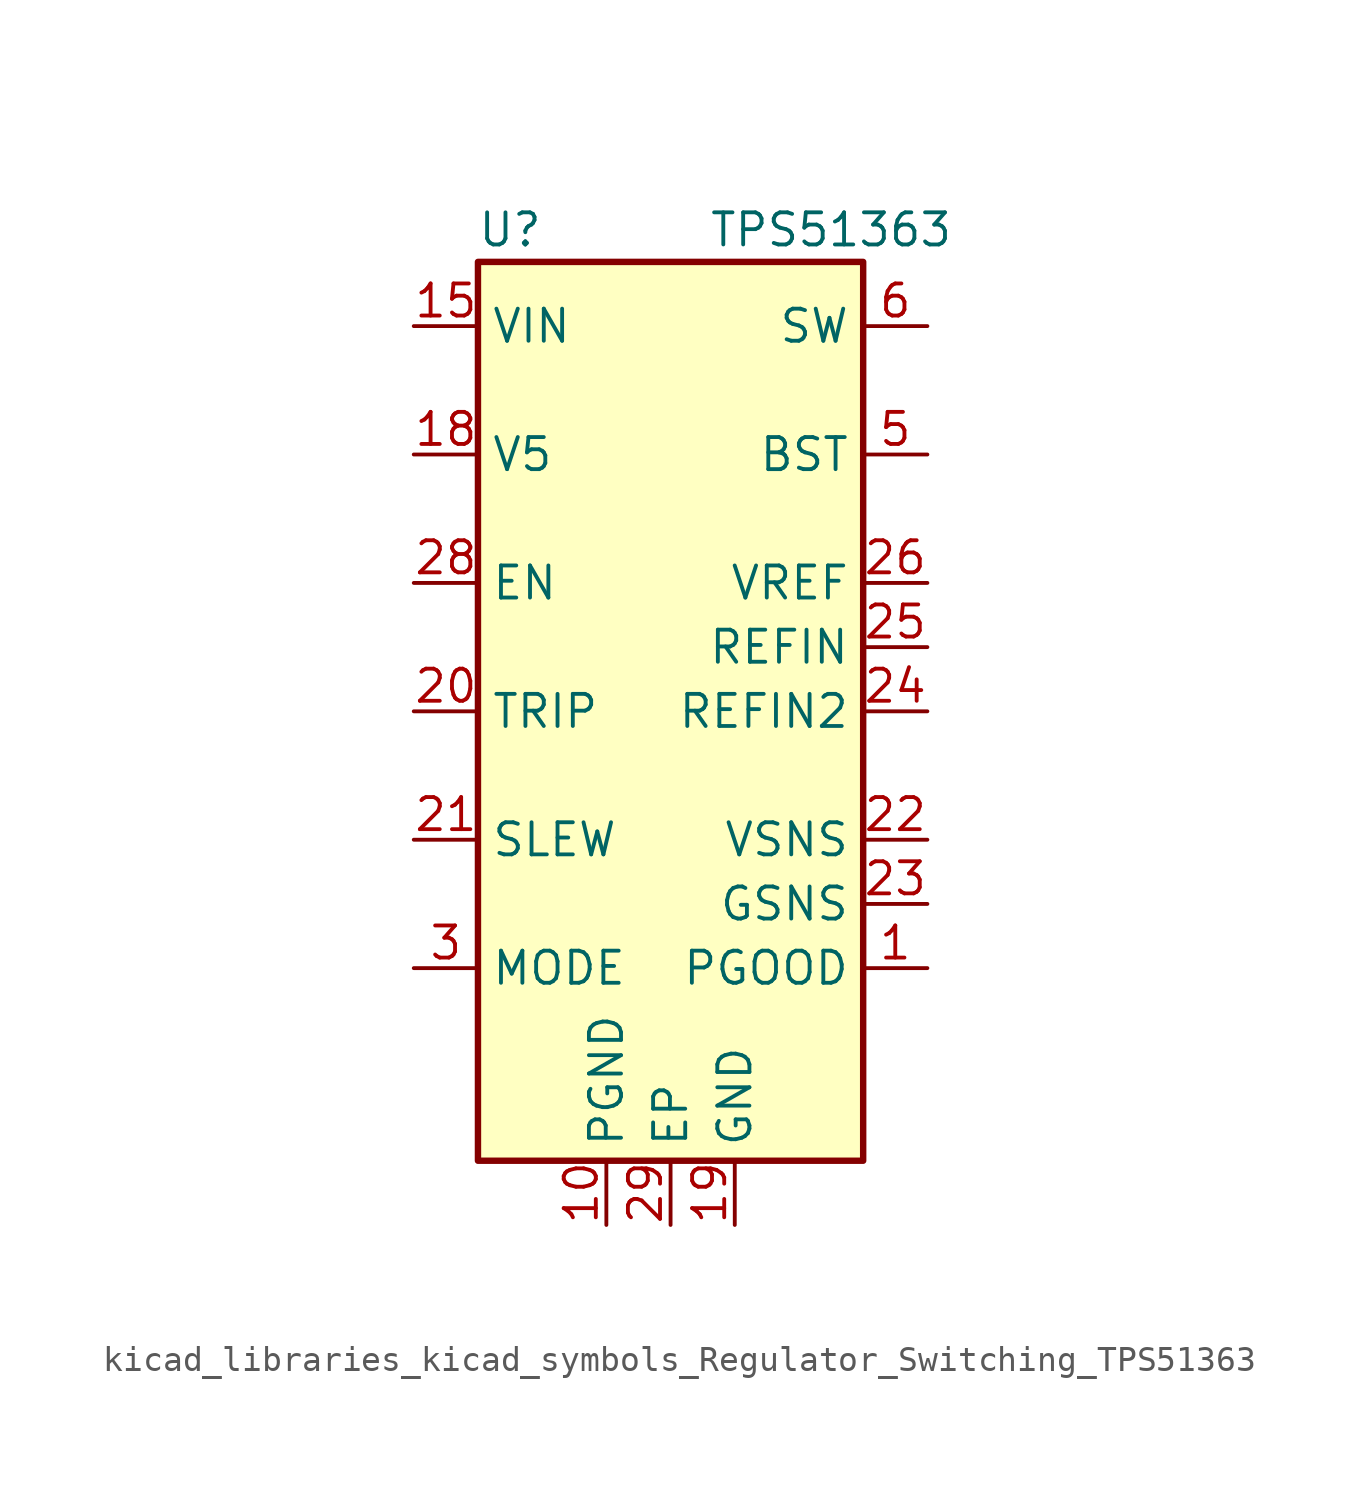
<source format=kicad_sym>
(kicad_symbol_lib
  (version 20220914)
  (generator kicad_symbol_editor)
  (symbol "kicad_libraries_kicad_symbols_Regulator_Switching_TPS51363"
    (property "Reference" "U"
      (at -6.35 19.05 0)
      (effects (font (size 1.27 1.27))))
    (property "Value" "TPS51363"
      (at 6.35 19.05 0)
      (effects (font (size 1.27 1.27))))
    (symbol "kicad_libraries_kicad_symbols_Regulator_Switching_TPS51363_0_1"
      (rectangle (start -7.62 -17.78) (end 7.62 17.78) (stroke (width 0.254) (type default)) (fill (type background)))
      (pin open_collector line (at 10.16 -10.16 180) (length 2.54) (name "PGOOD" (effects (font (size 1.27 1.27)))) (number "1" (effects (font (size 1.27 1.27)))))
      (pin power_in line (at -2.54 -20.32 90) (length 2.54) (name "PGND" (effects (font (size 1.27 1.27)))) (number "10" (effects (font (size 1.27 1.27)))))
      (pin passive line (at -2.54 -20.32 90) (length 2.54) hide (name "PGND" (effects (font (size 1.27 1.27)))) (number "11" (effects (font (size 1.27 1.27)))))
      (pin passive line (at -2.54 -20.32 90) (length 2.54) hide (name "PGND" (effects (font (size 1.27 1.27)))) (number "12" (effects (font (size 1.27 1.27)))))
      (pin passive line (at -2.54 -20.32 90) (length 2.54) hide (name "PGND" (effects (font (size 1.27 1.27)))) (number "13" (effects (font (size 1.27 1.27)))))
      (pin passive line (at -2.54 -20.32 90) (length 2.54) hide (name "PGND" (effects (font (size 1.27 1.27)))) (number "14" (effects (font (size 1.27 1.27)))))
      (pin power_in line (at -10.16 15.24 0) (length 2.54) (name "VIN" (effects (font (size 1.27 1.27)))) (number "15" (effects (font (size 1.27 1.27)))))
      (pin passive line (at -10.16 15.24 0) (length 2.54) hide (name "VIN" (effects (font (size 1.27 1.27)))) (number "16" (effects (font (size 1.27 1.27)))))
      (pin passive line (at -10.16 15.24 0) (length 2.54) hide (name "VIN" (effects (font (size 1.27 1.27)))) (number "17" (effects (font (size 1.27 1.27)))))
      (pin power_in line (at -10.16 10.16 0) (length 2.54) (name "V5" (effects (font (size 1.27 1.27)))) (number "18" (effects (font (size 1.27 1.27)))))
      (pin power_in line (at 2.54 -20.32 90) (length 2.54) (name "GND" (effects (font (size 1.27 1.27)))) (number "19" (effects (font (size 1.27 1.27)))))
      (pin no_connect line (at -7.62 7.62 0) (length 2.54) hide (name "NU" (effects (font (size 1.27 1.27)))) (number "2" (effects (font (size 1.27 1.27)))))
      (pin input line (at -10.16 0 0) (length 2.54) (name "TRIP" (effects (font (size 1.27 1.27)))) (number "20" (effects (font (size 1.27 1.27)))))
      (pin output line (at -10.16 -5.08 0) (length 2.54) (name "SLEW" (effects (font (size 1.27 1.27)))) (number "21" (effects (font (size 1.27 1.27)))))
      (pin input line (at 10.16 -5.08 180) (length 2.54) (name "VSNS" (effects (font (size 1.27 1.27)))) (number "22" (effects (font (size 1.27 1.27)))))
      (pin output line (at 10.16 -7.62 180) (length 2.54) (name "GSNS" (effects (font (size 1.27 1.27)))) (number "23" (effects (font (size 1.27 1.27)))))
      (pin input line (at 10.16 0 180) (length 2.54) (name "REFIN2" (effects (font (size 1.27 1.27)))) (number "24" (effects (font (size 1.27 1.27)))))
      (pin input line (at 10.16 2.54 180) (length 2.54) (name "REFIN" (effects (font (size 1.27 1.27)))) (number "25" (effects (font (size 1.27 1.27)))))
      (pin output line (at 10.16 5.08 180) (length 2.54) (name "VREF" (effects (font (size 1.27 1.27)))) (number "26" (effects (font (size 1.27 1.27)))))
      (pin no_connect line (at -7.62 2.54 0) (length 2.54) hide (name "NU" (effects (font (size 1.27 1.27)))) (number "27" (effects (font (size 1.27 1.27)))))
      (pin input line (at -10.16 5.08 0) (length 2.54) (name "EN" (effects (font (size 1.27 1.27)))) (number "28" (effects (font (size 1.27 1.27)))))
      (pin power_in line (at 0 -20.32 90) (length 2.54) (name "EP" (effects (font (size 1.27 1.27)))) (number "29" (effects (font (size 1.27 1.27)))))
      (pin input line (at -10.16 -10.16 0) (length 2.54) (name "MODE" (effects (font (size 1.27 1.27)))) (number "3" (effects (font (size 1.27 1.27)))))
      (pin no_connect line (at -7.62 -2.54 0) (length 2.54) hide (name "NC" (effects (font (size 1.27 1.27)))) (number "4" (effects (font (size 1.27 1.27)))))
      (pin input line (at 10.16 10.16 180) (length 2.54) (name "BST" (effects (font (size 1.27 1.27)))) (number "5" (effects (font (size 1.27 1.27)))))
      (pin power_out line (at 10.16 15.24 180) (length 2.54) (name "SW" (effects (font (size 1.27 1.27)))) (number "6" (effects (font (size 1.27 1.27)))))
      (pin passive line (at 10.16 15.24 180) (length 2.54) hide (name "SW" (effects (font (size 1.27 1.27)))) (number "7" (effects (font (size 1.27 1.27)))))
      (pin passive line (at 10.16 15.24 180) (length 2.54) hide (name "SW" (effects (font (size 1.27 1.27)))) (number "8" (effects (font (size 1.27 1.27)))))
      (pin passive line (at 10.16 15.24 180) (length 2.54) hide (name "SW" (effects (font (size 1.27 1.27)))) (number "9" (effects (font (size 1.27 1.27))))))))
</source>
